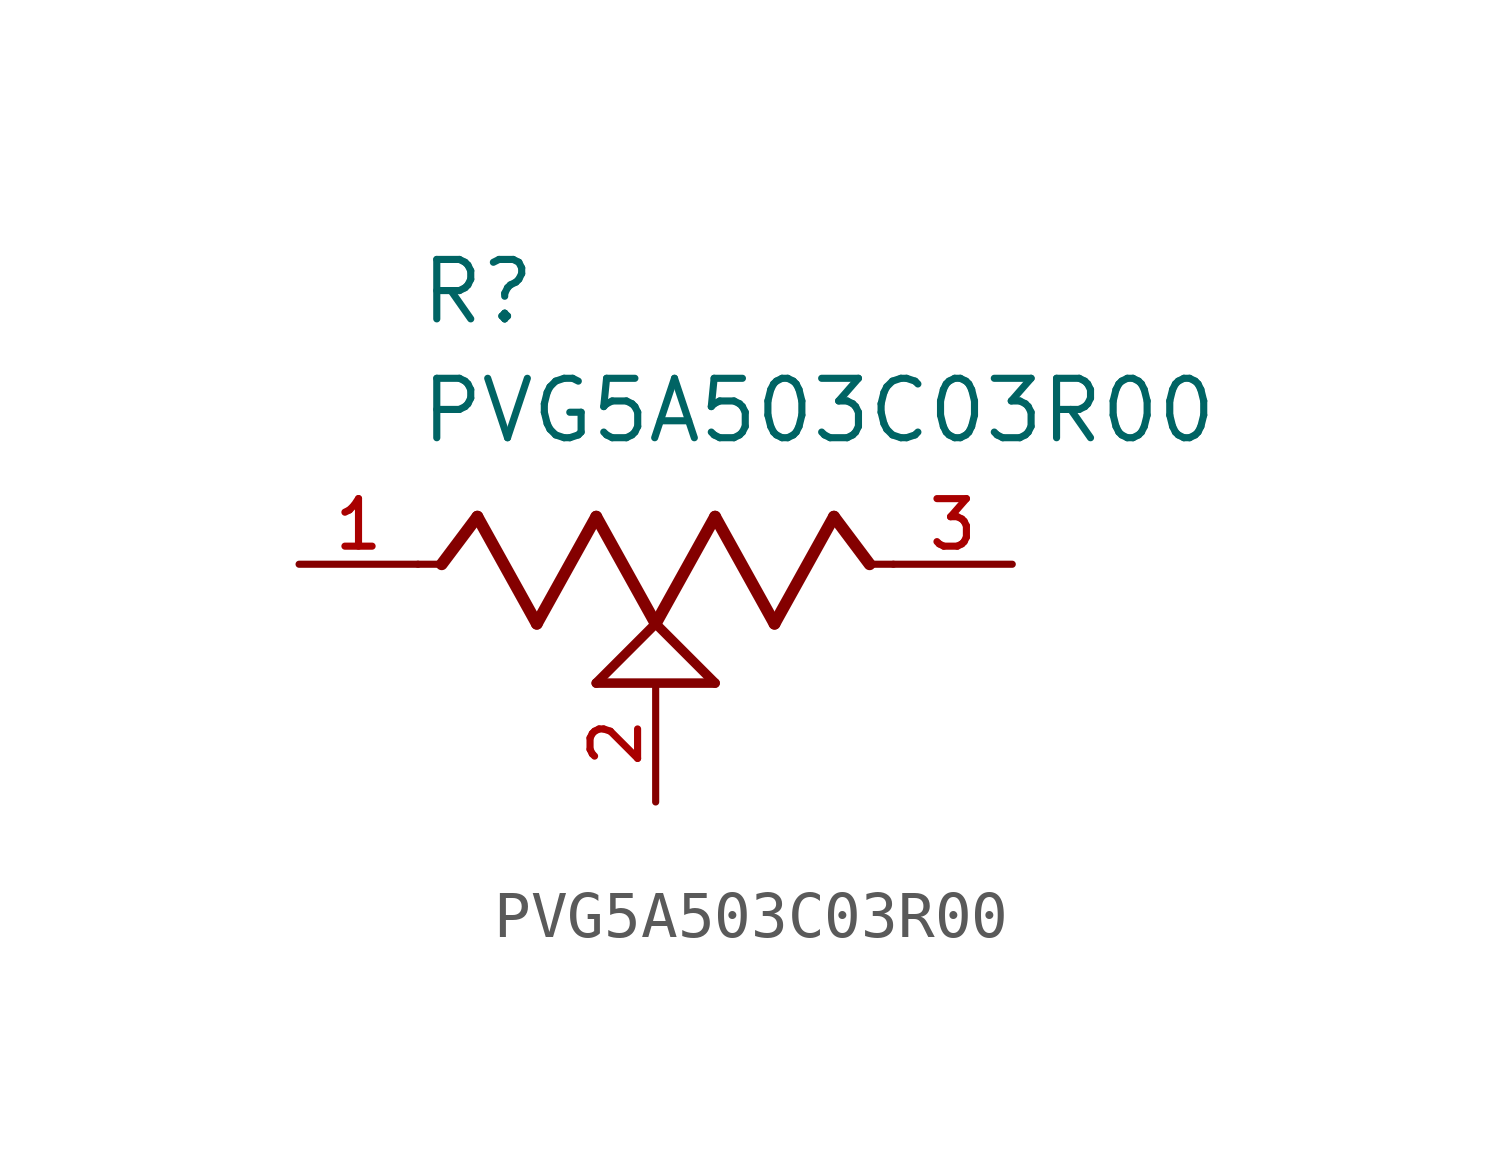
<source format=kicad_sym>
(kicad_symbol_lib
  (version 20211014)
  (generator kicad_symbol_editor)
  (symbol "PVG5A503C03R00"
    (pin_names
      (offset 1.016))
    (property "Reference" "R"
      (at -5.08 5.08 0)
      (effects (font (size 1.27 1.27)) (justify bottom left)))
    (property "Value" "PVG5A503C03R00"
      (at -5.08 2.54 0)
      (effects (font (size 1.27 1.27)) (justify bottom left)))
    (symbol "PVG5A503C03R00_0_0"
      (polyline (pts (xy -5.08 0.0) (xy -4.572 0.0)) (stroke (width 0.152)))
      (polyline (pts (xy -4.572 0.0) (xy -3.81 1.016)) (stroke (width 0.254)))
      (polyline (pts (xy -3.81 1.016) (xy -2.54 -1.27)) (stroke (width 0.254)))
      (polyline (pts (xy -2.54 -1.27) (xy -1.27 1.016)) (stroke (width 0.254)))
      (polyline (pts (xy -1.27 1.016) (xy 0.0 -1.27)) (stroke (width 0.254)))
      (polyline (pts (xy 0.0 -1.27) (xy 1.27 1.016)) (stroke (width 0.254)))
      (polyline (pts (xy 1.27 1.016) (xy 2.54 -1.27)) (stroke (width 0.254)))
      (polyline (pts (xy 2.54 -1.27) (xy 3.81 1.016)) (stroke (width 0.254)))
      (polyline (pts (xy 3.81 1.016) (xy 4.572 0.0)) (stroke (width 0.254)))
      (polyline (pts (xy 4.572 0.0) (xy 5.08 0.0)) (stroke (width 0.152)))
      (polyline (pts (xy 0.0 -1.27) (xy 1.27 -2.54)) (stroke (width 0.203)))
      (polyline (pts (xy -1.27 -2.54) (xy 0.0 -1.27)) (stroke (width 0.203)))
      (polyline (pts (xy 1.27 -2.54) (xy -1.27 -2.54)) (stroke (width 0.203)))
      (pin passive line (at -7.62 0.0 0) (length 2.54) (name "~" (effects (font (size 1.016 1.016)))) (number "1" (effects (font (size 1.016 1.016)))))
      (pin passive line (at 7.62 0.0 180.0) (length 2.54) (name "~" (effects (font (size 1.016 1.016)))) (number "3" (effects (font (size 1.016 1.016)))))
      (pin passive line (at 0.0 -5.08 90.0) (length 2.54) (name "~" (effects (font (size 1.016 1.016)))) (number "2" (effects (font (size 1.016 1.016))))))))
</source>
